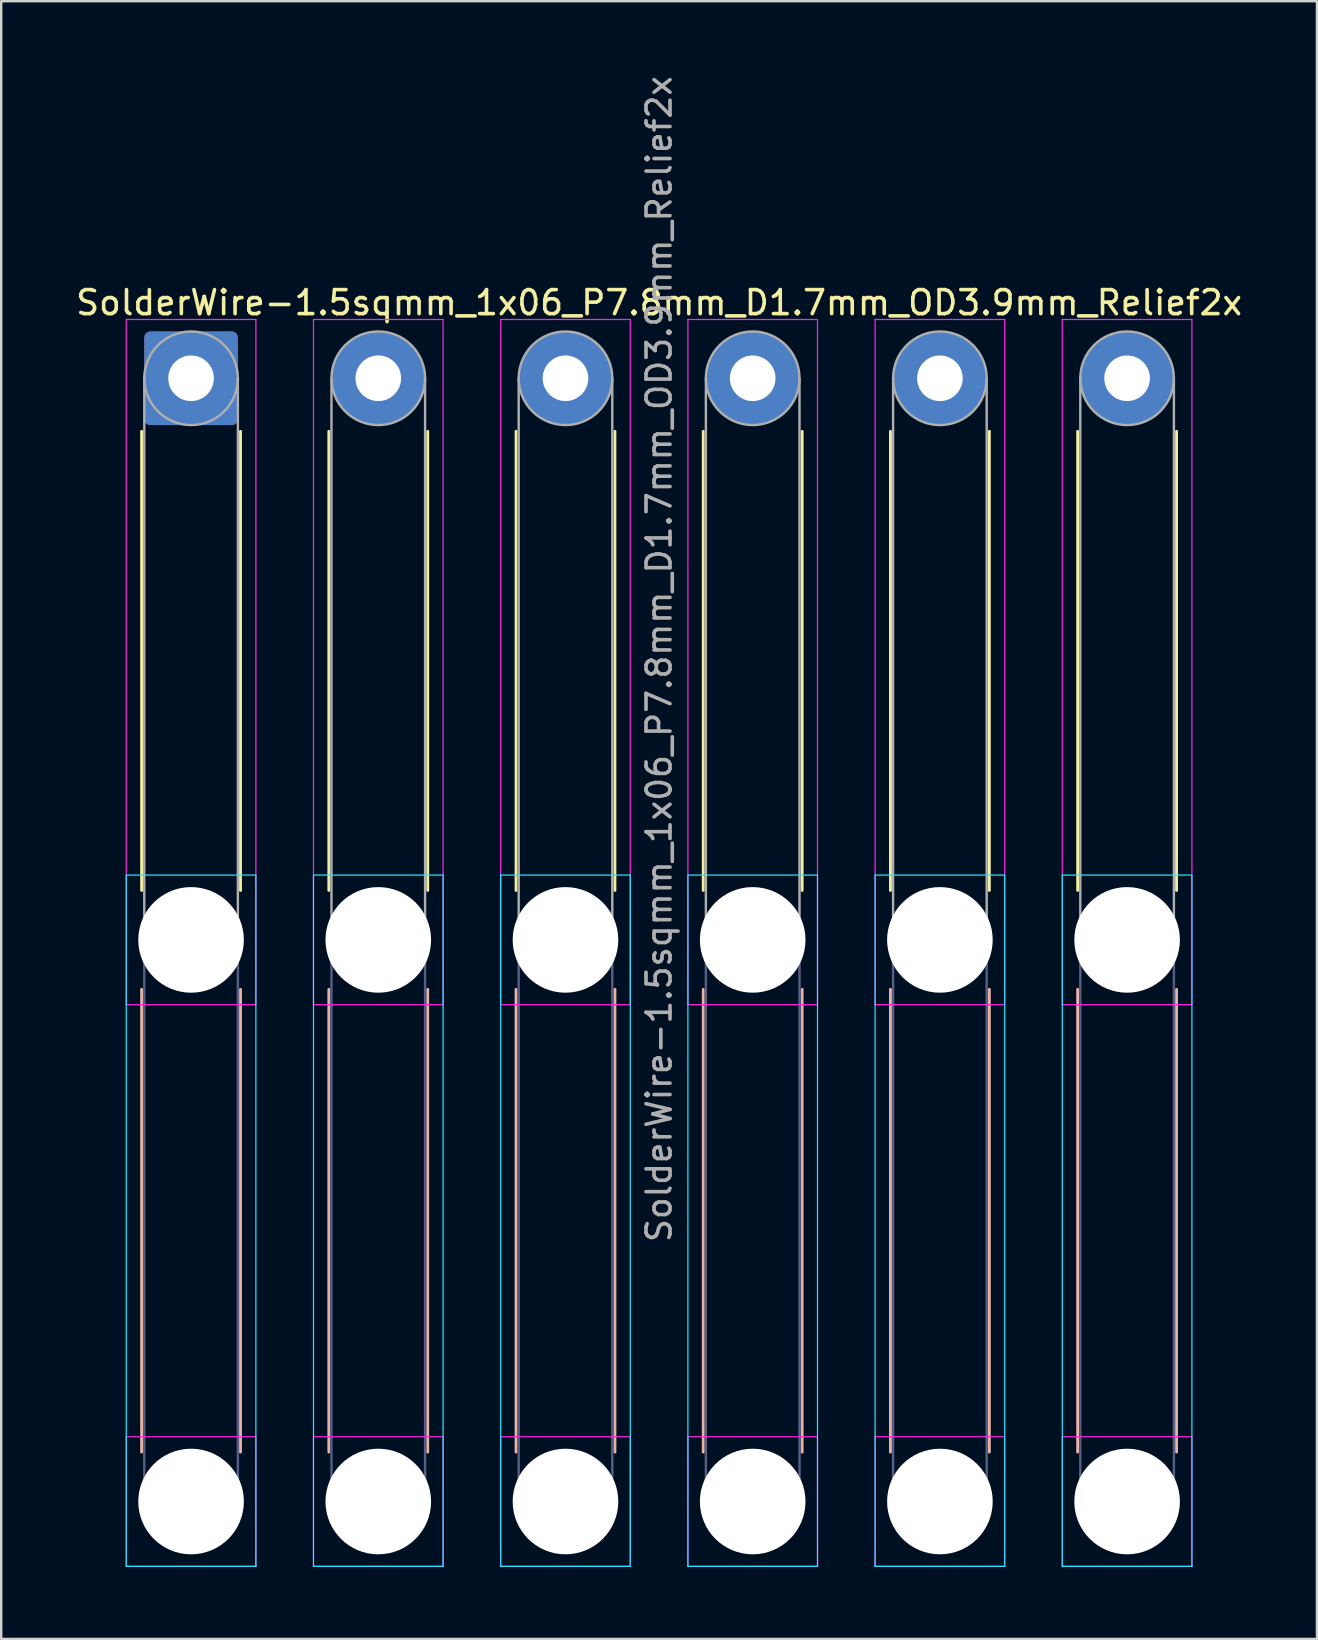
<source format=kicad_pcb>
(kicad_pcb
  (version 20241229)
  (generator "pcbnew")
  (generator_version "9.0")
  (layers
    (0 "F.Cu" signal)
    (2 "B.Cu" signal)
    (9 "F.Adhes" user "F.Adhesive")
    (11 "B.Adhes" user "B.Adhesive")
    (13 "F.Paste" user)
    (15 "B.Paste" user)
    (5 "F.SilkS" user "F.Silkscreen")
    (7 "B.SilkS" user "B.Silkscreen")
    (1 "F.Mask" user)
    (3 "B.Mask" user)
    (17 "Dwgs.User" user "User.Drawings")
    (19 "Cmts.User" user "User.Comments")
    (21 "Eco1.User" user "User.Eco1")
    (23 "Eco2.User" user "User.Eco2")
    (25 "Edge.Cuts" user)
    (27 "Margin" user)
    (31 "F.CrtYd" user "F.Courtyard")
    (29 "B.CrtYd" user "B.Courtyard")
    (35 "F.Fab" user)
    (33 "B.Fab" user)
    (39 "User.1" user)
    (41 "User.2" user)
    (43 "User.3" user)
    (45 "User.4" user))
  (footprint "SolderWire-1.5sqmm_1x06_P7.8mm_D1.7mm_OD3.9mm_Relief2x"
    (layer "F.Cu")
    (at 4.911 12.711)
    (property "Reference" "SolderWire-1.5sqmm_1x06_P7.8mm_D1.7mm_OD3.9mm_Relief2x" (at 19.5 -3.15 0) (layer "F.SilkS") (effects (font (size 1 1) (thickness 0.15))))
    (attr exclude_from_pos_files exclude_from_bom)
    (fp_line (start -2.06 2.21) (end -2.06 21.34) (stroke (width 0.12) (type solid)) (layer "F.SilkS"))
    (fp_line (start 2.06 2.21) (end 2.06 21.34) (stroke (width 0.12) (type solid)) (layer "F.SilkS"))
    (fp_line (start 5.74 2.21) (end 5.74 21.34) (stroke (width 0.12) (type solid)) (layer "F.SilkS"))
    (fp_line (start 9.86 2.21) (end 9.86 21.34) (stroke (width 0.12) (type solid)) (layer "F.SilkS"))
    (fp_line (start 13.54 2.21) (end 13.54 21.34) (stroke (width 0.12) (type solid)) (layer "F.SilkS"))
    (fp_line (start 17.66 2.21) (end 17.66 21.34) (stroke (width 0.12) (type solid)) (layer "F.SilkS"))
    (fp_line (start 21.34 2.21) (end 21.34 21.34) (stroke (width 0.12) (type solid)) (layer "F.SilkS"))
    (fp_line (start 25.46 2.21) (end 25.46 21.34) (stroke (width 0.12) (type solid)) (layer "F.SilkS"))
    (fp_line (start 29.14 2.21) (end 29.14 21.34) (stroke (width 0.12) (type solid)) (layer "F.SilkS"))
    (fp_line (start 33.26 2.21) (end 33.26 21.34) (stroke (width 0.12) (type solid)) (layer "F.SilkS"))
    (fp_line (start 36.94 2.21) (end 36.94 21.34) (stroke (width 0.12) (type solid)) (layer "F.SilkS"))
    (fp_line (start 41.06 2.21) (end 41.06 21.34) (stroke (width 0.12) (type solid)) (layer "F.SilkS"))
    (fp_line (start -2.06 25.46) (end -2.06 44.74) (stroke (width 0.12) (type solid)) (layer "B.SilkS"))
    (fp_line (start 2.06 25.46) (end 2.06 44.74) (stroke (width 0.12) (type solid)) (layer "B.SilkS"))
    (fp_line (start 5.74 25.46) (end 5.74 44.74) (stroke (width 0.12) (type solid)) (layer "B.SilkS"))
    (fp_line (start 9.86 25.46) (end 9.86 44.74) (stroke (width 0.12) (type solid)) (layer "B.SilkS"))
    (fp_line (start 13.54 25.46) (end 13.54 44.74) (stroke (width 0.12) (type solid)) (layer "B.SilkS"))
    (fp_line (start 17.66 25.46) (end 17.66 44.74) (stroke (width 0.12) (type solid)) (layer "B.SilkS"))
    (fp_line (start 21.34 25.46) (end 21.34 44.74) (stroke (width 0.12) (type solid)) (layer "B.SilkS"))
    (fp_line (start 25.46 25.46) (end 25.46 44.74) (stroke (width 0.12) (type solid)) (layer "B.SilkS"))
    (fp_line (start 29.14 25.46) (end 29.14 44.74) (stroke (width 0.12) (type solid)) (layer "B.SilkS"))
    (fp_line (start 33.26 25.46) (end 33.26 44.74) (stroke (width 0.12) (type solid)) (layer "B.SilkS"))
    (fp_line (start 36.94 25.46) (end 36.94 44.74) (stroke (width 0.12) (type solid)) (layer "B.SilkS"))
    (fp_line (start 41.06 25.46) (end 41.06 44.74) (stroke (width 0.12) (type solid)) (layer "B.SilkS"))
    (fp_line (start -2.7 20.7) (end -2.7 49.5) (stroke (width 0.05) (type solid)) (layer "B.CrtYd"))
    (fp_line (start -2.7 49.5) (end 2.7 49.5) (stroke (width 0.05) (type solid)) (layer "B.CrtYd"))
    (fp_line (start 2.7 20.7) (end -2.7 20.7) (stroke (width 0.05) (type solid)) (layer "B.CrtYd"))
    (fp_line (start 2.7 49.5) (end 2.7 20.7) (stroke (width 0.05) (type solid)) (layer "B.CrtYd"))
    (fp_line (start 5.1 20.7) (end 5.1 49.5) (stroke (width 0.05) (type solid)) (layer "B.CrtYd"))
    (fp_line (start 5.1 49.5) (end 10.5 49.5) (stroke (width 0.05) (type solid)) (layer "B.CrtYd"))
    (fp_line (start 10.5 20.7) (end 5.1 20.7) (stroke (width 0.05) (type solid)) (layer "B.CrtYd"))
    (fp_line (start 10.5 49.5) (end 10.5 20.7) (stroke (width 0.05) (type solid)) (layer "B.CrtYd"))
    (fp_line (start 12.9 20.7) (end 12.9 49.5) (stroke (width 0.05) (type solid)) (layer "B.CrtYd"))
    (fp_line (start 12.9 49.5) (end 18.3 49.5) (stroke (width 0.05) (type solid)) (layer "B.CrtYd"))
    (fp_line (start 18.3 20.7) (end 12.9 20.7) (stroke (width 0.05) (type solid)) (layer "B.CrtYd"))
    (fp_line (start 18.3 49.5) (end 18.3 20.7) (stroke (width 0.05) (type solid)) (layer "B.CrtYd"))
    (fp_line (start 20.7 20.7) (end 20.7 49.5) (stroke (width 0.05) (type solid)) (layer "B.CrtYd"))
    (fp_line (start 20.7 49.5) (end 26.1 49.5) (stroke (width 0.05) (type solid)) (layer "B.CrtYd"))
    (fp_line (start 26.1 20.7) (end 20.7 20.7) (stroke (width 0.05) (type solid)) (layer "B.CrtYd"))
    (fp_line (start 26.1 49.5) (end 26.1 20.7) (stroke (width 0.05) (type solid)) (layer "B.CrtYd"))
    (fp_line (start 28.5 20.7) (end 28.5 49.5) (stroke (width 0.05) (type solid)) (layer "B.CrtYd"))
    (fp_line (start 28.5 49.5) (end 33.9 49.5) (stroke (width 0.05) (type solid)) (layer "B.CrtYd"))
    (fp_line (start 33.9 20.7) (end 28.5 20.7) (stroke (width 0.05) (type solid)) (layer "B.CrtYd"))
    (fp_line (start 33.9 49.5) (end 33.9 20.7) (stroke (width 0.05) (type solid)) (layer "B.CrtYd"))
    (fp_line (start 36.3 20.7) (end 36.3 49.5) (stroke (width 0.05) (type solid)) (layer "B.CrtYd"))
    (fp_line (start 36.3 49.5) (end 41.7 49.5) (stroke (width 0.05) (type solid)) (layer "B.CrtYd"))
    (fp_line (start 41.7 20.7) (end 36.3 20.7) (stroke (width 0.05) (type solid)) (layer "B.CrtYd"))
    (fp_line (start 41.7 49.5) (end 41.7 20.7) (stroke (width 0.05) (type solid)) (layer "B.CrtYd"))
    (fp_line (start -2.7 -2.45) (end -2.7 26.1) (stroke (width 0.05) (type solid)) (layer "F.CrtYd"))
    (fp_line (start -2.7 26.1) (end 2.7 26.1) (stroke (width 0.05) (type solid)) (layer "F.CrtYd"))
    (fp_line (start -2.7 44.1) (end -2.7 49.5) (stroke (width 0.05) (type solid)) (layer "F.CrtYd"))
    (fp_line (start -2.7 49.5) (end 2.7 49.5) (stroke (width 0.05) (type solid)) (layer "F.CrtYd"))
    (fp_line (start 2.7 -2.45) (end -2.7 -2.45) (stroke (width 0.05) (type solid)) (layer "F.CrtYd"))
    (fp_line (start 2.7 26.1) (end 2.7 -2.45) (stroke (width 0.05) (type solid)) (layer "F.CrtYd"))
    (fp_line (start 2.7 44.1) (end -2.7 44.1) (stroke (width 0.05) (type solid)) (layer "F.CrtYd"))
    (fp_line (start 2.7 49.5) (end 2.7 44.1) (stroke (width 0.05) (type solid)) (layer "F.CrtYd"))
    (fp_line (start 5.1 -2.45) (end 5.1 26.1) (stroke (width 0.05) (type solid)) (layer "F.CrtYd"))
    (fp_line (start 5.1 26.1) (end 10.5 26.1) (stroke (width 0.05) (type solid)) (layer "F.CrtYd"))
    (fp_line (start 5.1 44.1) (end 5.1 49.5) (stroke (width 0.05) (type solid)) (layer "F.CrtYd"))
    (fp_line (start 5.1 49.5) (end 10.5 49.5) (stroke (width 0.05) (type solid)) (layer "F.CrtYd"))
    (fp_line (start 10.5 -2.45) (end 5.1 -2.45) (stroke (width 0.05) (type solid)) (layer "F.CrtYd"))
    (fp_line (start 10.5 26.1) (end 10.5 -2.45) (stroke (width 0.05) (type solid)) (layer "F.CrtYd"))
    (fp_line (start 10.5 44.1) (end 5.1 44.1) (stroke (width 0.05) (type solid)) (layer "F.CrtYd"))
    (fp_line (start 10.5 49.5) (end 10.5 44.1) (stroke (width 0.05) (type solid)) (layer "F.CrtYd"))
    (fp_line (start 12.9 -2.45) (end 12.9 26.1) (stroke (width 0.05) (type solid)) (layer "F.CrtYd"))
    (fp_line (start 12.9 26.1) (end 18.3 26.1) (stroke (width 0.05) (type solid)) (layer "F.CrtYd"))
    (fp_line (start 12.9 44.1) (end 12.9 49.5) (stroke (width 0.05) (type solid)) (layer "F.CrtYd"))
    (fp_line (start 12.9 49.5) (end 18.3 49.5) (stroke (width 0.05) (type solid)) (layer "F.CrtYd"))
    (fp_line (start 18.3 -2.45) (end 12.9 -2.45) (stroke (width 0.05) (type solid)) (layer "F.CrtYd"))
    (fp_line (start 18.3 26.1) (end 18.3 -2.45) (stroke (width 0.05) (type solid)) (layer "F.CrtYd"))
    (fp_line (start 18.3 44.1) (end 12.9 44.1) (stroke (width 0.05) (type solid)) (layer "F.CrtYd"))
    (fp_line (start 18.3 49.5) (end 18.3 44.1) (stroke (width 0.05) (type solid)) (layer "F.CrtYd"))
    (fp_line (start 20.7 -2.45) (end 20.7 26.1) (stroke (width 0.05) (type solid)) (layer "F.CrtYd"))
    (fp_line (start 20.7 26.1) (end 26.1 26.1) (stroke (width 0.05) (type solid)) (layer "F.CrtYd"))
    (fp_line (start 20.7 44.1) (end 20.7 49.5) (stroke (width 0.05) (type solid)) (layer "F.CrtYd"))
    (fp_line (start 20.7 49.5) (end 26.1 49.5) (stroke (width 0.05) (type solid)) (layer "F.CrtYd"))
    (fp_line (start 26.1 -2.45) (end 20.7 -2.45) (stroke (width 0.05) (type solid)) (layer "F.CrtYd"))
    (fp_line (start 26.1 26.1) (end 26.1 -2.45) (stroke (width 0.05) (type solid)) (layer "F.CrtYd"))
    (fp_line (start 26.1 44.1) (end 20.7 44.1) (stroke (width 0.05) (type solid)) (layer "F.CrtYd"))
    (fp_line (start 26.1 49.5) (end 26.1 44.1) (stroke (width 0.05) (type solid)) (layer "F.CrtYd"))
    (fp_line (start 28.5 -2.45) (end 28.5 26.1) (stroke (width 0.05) (type solid)) (layer "F.CrtYd"))
    (fp_line (start 28.5 26.1) (end 33.9 26.1) (stroke (width 0.05) (type solid)) (layer "F.CrtYd"))
    (fp_line (start 28.5 44.1) (end 28.5 49.5) (stroke (width 0.05) (type solid)) (layer "F.CrtYd"))
    (fp_line (start 28.5 49.5) (end 33.9 49.5) (stroke (width 0.05) (type solid)) (layer "F.CrtYd"))
    (fp_line (start 33.9 -2.45) (end 28.5 -2.45) (stroke (width 0.05) (type solid)) (layer "F.CrtYd"))
    (fp_line (start 33.9 26.1) (end 33.9 -2.45) (stroke (width 0.05) (type solid)) (layer "F.CrtYd"))
    (fp_line (start 33.9 44.1) (end 28.5 44.1) (stroke (width 0.05) (type solid)) (layer "F.CrtYd"))
    (fp_line (start 33.9 49.5) (end 33.9 44.1) (stroke (width 0.05) (type solid)) (layer "F.CrtYd"))
    (fp_line (start 36.3 -2.45) (end 36.3 26.1) (stroke (width 0.05) (type solid)) (layer "F.CrtYd"))
    (fp_line (start 36.3 26.1) (end 41.7 26.1) (stroke (width 0.05) (type solid)) (layer "F.CrtYd"))
    (fp_line (start 36.3 44.1) (end 36.3 49.5) (stroke (width 0.05) (type solid)) (layer "F.CrtYd"))
    (fp_line (start 36.3 49.5) (end 41.7 49.5) (stroke (width 0.05) (type solid)) (layer "F.CrtYd"))
    (fp_line (start 41.7 -2.45) (end 36.3 -2.45) (stroke (width 0.05) (type solid)) (layer "F.CrtYd"))
    (fp_line (start 41.7 26.1) (end 41.7 -2.45) (stroke (width 0.05) (type solid)) (layer "F.CrtYd"))
    (fp_line (start 41.7 44.1) (end 36.3 44.1) (stroke (width 0.05) (type solid)) (layer "F.CrtYd"))
    (fp_line (start 41.7 49.5) (end 41.7 44.1) (stroke (width 0.05) (type solid)) (layer "F.CrtYd"))
    (fp_line (start -1.95 23.4) (end -1.95 46.8) (stroke (width 0.1) (type solid)) (layer "B.Fab"))
    (fp_line (start 1.95 23.4) (end 1.95 46.8) (stroke (width 0.1) (type solid)) (layer "B.Fab"))
    (fp_line (start 5.85 23.4) (end 5.85 46.8) (stroke (width 0.1) (type solid)) (layer "B.Fab"))
    (fp_line (start 9.75 23.4) (end 9.75 46.8) (stroke (width 0.1) (type solid)) (layer "B.Fab"))
    (fp_line (start 13.65 23.4) (end 13.65 46.8) (stroke (width 0.1) (type solid)) (layer "B.Fab"))
    (fp_line (start 17.55 23.4) (end 17.55 46.8) (stroke (width 0.1) (type solid)) (layer "B.Fab"))
    (fp_line (start 21.45 23.4) (end 21.45 46.8) (stroke (width 0.1) (type solid)) (layer "B.Fab"))
    (fp_line (start 25.35 23.4) (end 25.35 46.8) (stroke (width 0.1) (type solid)) (layer "B.Fab"))
    (fp_line (start 29.25 23.4) (end 29.25 46.8) (stroke (width 0.1) (type solid)) (layer "B.Fab"))
    (fp_line (start 33.15 23.4) (end 33.15 46.8) (stroke (width 0.1) (type solid)) (layer "B.Fab"))
    (fp_line (start 37.05 23.4) (end 37.05 46.8) (stroke (width 0.1) (type solid)) (layer "B.Fab"))
    (fp_line (start 40.95 23.4) (end 40.95 46.8) (stroke (width 0.1) (type solid)) (layer "B.Fab"))
    (fp_circle (center 0 23.4) (end 1.95 23.4) (stroke (width 0.1) (type solid)) (fill no) (layer "B.Fab"))
    (fp_circle (center 0 46.8) (end 1.95 46.8) (stroke (width 0.1) (type solid)) (fill no) (layer "B.Fab"))
    (fp_circle (center 7.8 23.4) (end 9.75 23.4) (stroke (width 0.1) (type solid)) (fill no) (layer "B.Fab"))
    (fp_circle (center 7.8 46.8) (end 9.75 46.8) (stroke (width 0.1) (type solid)) (fill no) (layer "B.Fab"))
    (fp_circle (center 15.6 23.4) (end 17.55 23.4) (stroke (width 0.1) (type solid)) (fill no) (layer "B.Fab"))
    (fp_circle (center 15.6 46.8) (end 17.55 46.8) (stroke (width 0.1) (type solid)) (fill no) (layer "B.Fab"))
    (fp_circle (center 23.4 23.4) (end 25.35 23.4) (stroke (width 0.1) (type solid)) (fill no) (layer "B.Fab"))
    (fp_circle (center 23.4 46.8) (end 25.35 46.8) (stroke (width 0.1) (type solid)) (fill no) (layer "B.Fab"))
    (fp_circle (center 31.2 23.4) (end 33.15 23.4) (stroke (width 0.1) (type solid)) (fill no) (layer "B.Fab"))
    (fp_circle (center 31.2 46.8) (end 33.15 46.8) (stroke (width 0.1) (type solid)) (fill no) (layer "B.Fab"))
    (fp_circle (center 39 23.4) (end 40.95 23.4) (stroke (width 0.1) (type solid)) (fill no) (layer "B.Fab"))
    (fp_circle (center 39 46.8) (end 40.95 46.8) (stroke (width 0.1) (type solid)) (fill no) (layer "B.Fab"))
    (fp_line (start -1.95 0) (end -1.95 23.4) (stroke (width 0.1) (type solid)) (layer "F.Fab"))
    (fp_line (start 1.95 0) (end 1.95 23.4) (stroke (width 0.1) (type solid)) (layer "F.Fab"))
    (fp_line (start 5.85 0) (end 5.85 23.4) (stroke (width 0.1) (type solid)) (layer "F.Fab"))
    (fp_line (start 9.75 0) (end 9.75 23.4) (stroke (width 0.1) (type solid)) (layer "F.Fab"))
    (fp_line (start 13.65 0) (end 13.65 23.4) (stroke (width 0.1) (type solid)) (layer "F.Fab"))
    (fp_line (start 17.55 0) (end 17.55 23.4) (stroke (width 0.1) (type solid)) (layer "F.Fab"))
    (fp_line (start 21.45 0) (end 21.45 23.4) (stroke (width 0.1) (type solid)) (layer "F.Fab"))
    (fp_line (start 25.35 0) (end 25.35 23.4) (stroke (width 0.1) (type solid)) (layer "F.Fab"))
    (fp_line (start 29.25 0) (end 29.25 23.4) (stroke (width 0.1) (type solid)) (layer "F.Fab"))
    (fp_line (start 33.15 0) (end 33.15 23.4) (stroke (width 0.1) (type solid)) (layer "F.Fab"))
    (fp_line (start 37.05 0) (end 37.05 23.4) (stroke (width 0.1) (type solid)) (layer "F.Fab"))
    (fp_line (start 40.95 0) (end 40.95 23.4) (stroke (width 0.1) (type solid)) (layer "F.Fab"))
    (fp_circle (center 0 0) (end 1.95 0) (stroke (width 0.1) (type solid)) (fill no) (layer "F.Fab"))
    (fp_circle (center 0 23.4) (end 1.95 23.4) (stroke (width 0.1) (type solid)) (fill no) (layer "F.Fab"))
    (fp_circle (center 0 46.8) (end 1.95 46.8) (stroke (width 0.1) (type solid)) (fill no) (layer "F.Fab"))
    (fp_circle (center 7.8 0) (end 9.75 0) (stroke (width 0.1) (type solid)) (fill no) (layer "F.Fab"))
    (fp_circle (center 7.8 23.4) (end 9.75 23.4) (stroke (width 0.1) (type solid)) (fill no) (layer "F.Fab"))
    (fp_circle (center 7.8 46.8) (end 9.75 46.8) (stroke (width 0.1) (type solid)) (fill no) (layer "F.Fab"))
    (fp_circle (center 15.6 0) (end 17.55 0) (stroke (width 0.1) (type solid)) (fill no) (layer "F.Fab"))
    (fp_circle (center 15.6 23.4) (end 17.55 23.4) (stroke (width 0.1) (type solid)) (fill no) (layer "F.Fab"))
    (fp_circle (center 15.6 46.8) (end 17.55 46.8) (stroke (width 0.1) (type solid)) (fill no) (layer "F.Fab"))
    (fp_circle (center 23.4 0) (end 25.35 0) (stroke (width 0.1) (type solid)) (fill no) (layer "F.Fab"))
    (fp_circle (center 23.4 23.4) (end 25.35 23.4) (stroke (width 0.1) (type solid)) (fill no) (layer "F.Fab"))
    (fp_circle (center 23.4 46.8) (end 25.35 46.8) (stroke (width 0.1) (type solid)) (fill no) (layer "F.Fab"))
    (fp_circle (center 31.2 0) (end 33.15 0) (stroke (width 0.1) (type solid)) (fill no) (layer "F.Fab"))
    (fp_circle (center 31.2 23.4) (end 33.15 23.4) (stroke (width 0.1) (type solid)) (fill no) (layer "F.Fab"))
    (fp_circle (center 31.2 46.8) (end 33.15 46.8) (stroke (width 0.1) (type solid)) (fill no) (layer "F.Fab"))
    (fp_circle (center 39 0) (end 40.95 0) (stroke (width 0.1) (type solid)) (fill no) (layer "F.Fab"))
    (fp_circle (center 39 23.4) (end 40.95 23.4) (stroke (width 0.1) (type solid)) (fill no) (layer "F.Fab"))
    (fp_circle (center 39 46.8) (end 40.95 46.8) (stroke (width 0.1) (type solid)) (fill no) (layer "F.Fab"))
    (fp_text user "${REFERENCE}" (at 19.5 11.7 90) (layer "F.Fab") (effects (font (size 1 1) (thickness 0.15))))
    (pad "" np_thru_hole circle (at 0 23.4) (size 4.4 4.4) (drill 4.4) (layers "*.Cu" "*.Mask"))
    (pad "" np_thru_hole circle (at 0 46.8) (size 4.4 4.4) (drill 4.4) (layers "*.Cu" "*.Mask"))
    (pad "" np_thru_hole circle (at 7.8 23.4) (size 4.4 4.4) (drill 4.4) (layers "*.Cu" "*.Mask"))
    (pad "" np_thru_hole circle (at 7.8 46.8) (size 4.4 4.4) (drill 4.4) (layers "*.Cu" "*.Mask"))
    (pad "" np_thru_hole circle (at 15.6 23.4) (size 4.4 4.4) (drill 4.4) (layers "*.Cu" "*.Mask"))
    (pad "" np_thru_hole circle (at 15.6 46.8) (size 4.4 4.4) (drill 4.4) (layers "*.Cu" "*.Mask"))
    (pad "" np_thru_hole circle (at 23.4 23.4) (size 4.4 4.4) (drill 4.4) (layers "*.Cu" "*.Mask"))
    (pad "" np_thru_hole circle (at 23.4 46.8) (size 4.4 4.4) (drill 4.4) (layers "*.Cu" "*.Mask"))
    (pad "" np_thru_hole circle (at 31.2 23.4) (size 4.4 4.4) (drill 4.4) (layers "*.Cu" "*.Mask"))
    (pad "" np_thru_hole circle (at 31.2 46.8) (size 4.4 4.4) (drill 4.4) (layers "*.Cu" "*.Mask"))
    (pad "" np_thru_hole circle (at 39 23.4) (size 4.4 4.4) (drill 4.4) (layers "*.Cu" "*.Mask"))
    (pad "" np_thru_hole circle (at 39 46.8) (size 4.4 4.4) (drill 4.4) (layers "*.Cu" "*.Mask"))
    (pad "1" thru_hole roundrect (at 0 0) (size 3.9 3.9) (drill 1.9) (layers "*.Cu" "*.Mask") (roundrect_rratio 0.064))
    (pad "2" thru_hole circle (at 7.8 0) (size 3.9 3.9) (drill 1.9) (layers "*.Cu" "*.Mask"))
    (pad "3" thru_hole circle (at 15.6 0) (size 3.9 3.9) (drill 1.9) (layers "*.Cu" "*.Mask"))
    (pad "4" thru_hole circle (at 23.4 0) (size 3.9 3.9) (drill 1.9) (layers "*.Cu" "*.Mask"))
    (pad "5" thru_hole circle (at 31.2 0) (size 3.9 3.9) (drill 1.9) (layers "*.Cu" "*.Mask"))
    (pad "6" thru_hole circle (at 39 0) (size 3.9 3.9) (drill 1.9) (layers "*.Cu" "*.Mask")))
  (gr_rect
    (start -3 -3)
    (end 51.821 65.236)
    (stroke (width 0.1) (type default))
    (fill no)
    (layer "Edge.Cuts")))
</source>
